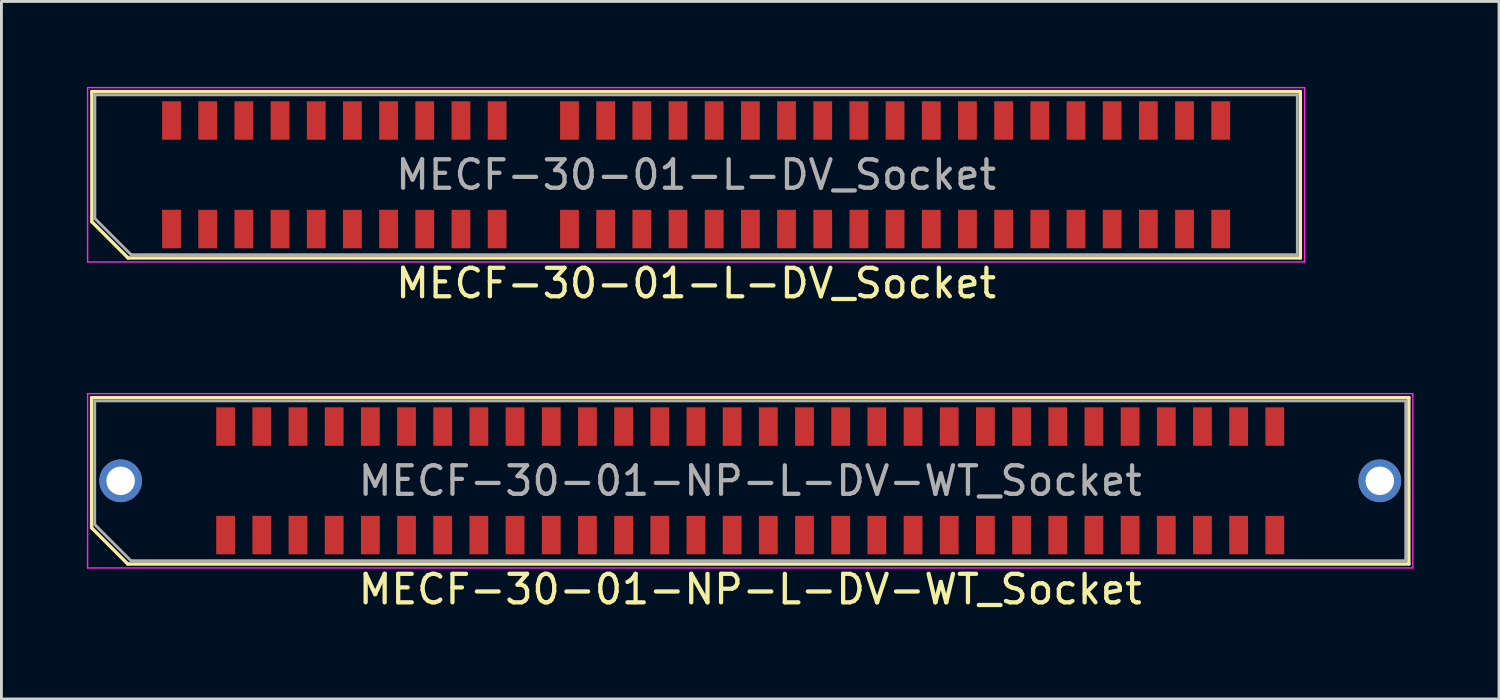
<source format=kicad_pcb>
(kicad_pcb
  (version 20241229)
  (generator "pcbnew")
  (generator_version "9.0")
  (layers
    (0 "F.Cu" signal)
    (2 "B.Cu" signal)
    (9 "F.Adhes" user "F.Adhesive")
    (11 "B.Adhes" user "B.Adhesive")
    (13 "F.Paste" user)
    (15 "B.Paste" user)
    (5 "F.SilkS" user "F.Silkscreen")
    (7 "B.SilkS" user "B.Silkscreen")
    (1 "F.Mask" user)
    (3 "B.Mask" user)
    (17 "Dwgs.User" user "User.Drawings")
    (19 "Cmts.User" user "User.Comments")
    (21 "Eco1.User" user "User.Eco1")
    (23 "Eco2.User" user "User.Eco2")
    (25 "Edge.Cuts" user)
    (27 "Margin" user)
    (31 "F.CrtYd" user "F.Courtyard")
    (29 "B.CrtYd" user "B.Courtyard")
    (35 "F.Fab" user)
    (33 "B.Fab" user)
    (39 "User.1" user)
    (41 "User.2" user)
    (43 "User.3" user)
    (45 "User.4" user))
  (footprint "MECF-30-01-NP-L-DV-WT_Socket"
    (layer "F.Cu")
    (at 23.285 13.828)
    (property "Reference" "MECF-30-01-NP-L-DV-WT_Socket" (at 0 3.81 0) (layer "F.SilkS") (effects (font (size 1 1) (thickness 0.15))))
    (attr smd)
    (fp_line (start -23.12 -2.92) (end 23.12 -2.92) (stroke (width 0.12) (type solid)) (layer "F.SilkS"))
    (fp_line (start -23.12 1.65) (end -23.12 -2.92) (stroke (width 0.12) (type solid)) (layer "F.SilkS"))
    (fp_line (start -21.85 2.92) (end -23.12 1.65) (stroke (width 0.12) (type solid)) (layer "F.SilkS"))
    (fp_line (start -21.85 2.92) (end 23.12 2.92) (stroke (width 0.12) (type solid)) (layer "F.SilkS"))
    (fp_line (start 23.12 2.92) (end 23.12 -2.92) (stroke (width 0.12) (type solid)) (layer "F.SilkS"))
    (fp_line (start -23.26 -3.06) (end -23.26 3.06) (stroke (width 0.05) (type solid)) (layer "F.CrtYd"))
    (fp_line (start -23.26 3.06) (end 23.26 3.06) (stroke (width 0.05) (type solid)) (layer "F.CrtYd"))
    (fp_line (start 23.26 -3.06) (end -23.26 -3.06) (stroke (width 0.05) (type solid)) (layer "F.CrtYd"))
    (fp_line (start 23.26 3.06) (end 23.26 -3.06) (stroke (width 0.05) (type solid)) (layer "F.CrtYd"))
    (fp_line (start -23.01 -2.805) (end 23.01 -2.805) (stroke (width 0.1) (type solid)) (layer "F.Fab"))
    (fp_line (start -23.01 1.535) (end -23.01 -2.805) (stroke (width 0.1) (type solid)) (layer "F.Fab"))
    (fp_line (start -23.01 1.535) (end -21.74 2.805) (stroke (width 0.1) (type solid)) (layer "F.Fab"))
    (fp_line (start -21.74 2.805) (end 23.01 2.805) (stroke (width 0.1) (type solid)) (layer "F.Fab"))
    (fp_line (start 23.01 2.805) (end 23.01 -2.805) (stroke (width 0.1) (type solid)) (layer "F.Fab"))
    (fp_text user "${REFERENCE}" (at 0 0 0) (layer "F.Fab") (effects (font (size 1 1) (thickness 0.15))))
    (pad "" thru_hole circle (at -22.1 0) (size 1.5 1.5) (drill 1) (layers "*.Cu" "*.Mask"))
    (pad "" np_thru_hole circle (at -20.195 0) (size 0.001 0.001) (drill 1.45) (layers "*.Cu" "*.Mask"))
    (pad "" np_thru_hole circle (at 20.195 1) (size 0.001 0.001) (drill 1.45) (layers "*.Cu" "*.Mask"))
    (pad "" thru_hole circle (at 22.1 0) (size 1.5 1.5) (drill 1) (layers "*.Cu" "*.Mask"))
    (pad "1" smd rect (at -18.415 1.905) (size 0.66 1.35) (layers "F.Cu" "F.Mask" "F.Paste"))
    (pad "2" smd rect (at -18.415 -1.905) (size 0.66 1.35) (layers "F.Cu" "F.Mask" "F.Paste"))
    (pad "3" smd rect (at -17.145 1.905) (size 0.66 1.35) (layers "F.Cu" "F.Mask" "F.Paste"))
    (pad "4" smd rect (at -17.145 -1.905) (size 0.66 1.35) (layers "F.Cu" "F.Mask" "F.Paste"))
    (pad "5" smd rect (at -15.875 1.905) (size 0.66 1.35) (layers "F.Cu" "F.Mask" "F.Paste"))
    (pad "6" smd rect (at -15.875 -1.905) (size 0.66 1.35) (layers "F.Cu" "F.Mask" "F.Paste"))
    (pad "7" smd rect (at -14.605 1.905) (size 0.66 1.35) (layers "F.Cu" "F.Mask" "F.Paste"))
    (pad "8" smd rect (at -14.605 -1.905) (size 0.66 1.35) (layers "F.Cu" "F.Mask" "F.Paste"))
    (pad "9" smd rect (at -13.335 1.905) (size 0.66 1.35) (layers "F.Cu" "F.Mask" "F.Paste"))
    (pad "10" smd rect (at -13.335 -1.905) (size 0.66 1.35) (layers "F.Cu" "F.Mask" "F.Paste"))
    (pad "11" smd rect (at -12.065 1.905) (size 0.66 1.35) (layers "F.Cu" "F.Mask" "F.Paste"))
    (pad "12" smd rect (at -12.065 -1.905) (size 0.66 1.35) (layers "F.Cu" "F.Mask" "F.Paste"))
    (pad "13" smd rect (at -10.795 1.905) (size 0.66 1.35) (layers "F.Cu" "F.Mask" "F.Paste"))
    (pad "14" smd rect (at -10.795 -1.905) (size 0.66 1.35) (layers "F.Cu" "F.Mask" "F.Paste"))
    (pad "15" smd rect (at -9.525 1.905) (size 0.66 1.35) (layers "F.Cu" "F.Mask" "F.Paste"))
    (pad "16" smd rect (at -9.525 -1.905) (size 0.66 1.35) (layers "F.Cu" "F.Mask" "F.Paste"))
    (pad "17" smd rect (at -8.255 1.905) (size 0.66 1.35) (layers "F.Cu" "F.Mask" "F.Paste"))
    (pad "18" smd rect (at -8.255 -1.905) (size 0.66 1.35) (layers "F.Cu" "F.Mask" "F.Paste"))
    (pad "19" smd rect (at -6.985 1.905) (size 0.66 1.35) (layers "F.Cu" "F.Mask" "F.Paste"))
    (pad "20" smd rect (at -6.985 -1.905) (size 0.66 1.35) (layers "F.Cu" "F.Mask" "F.Paste"))
    (pad "21" smd rect (at -5.715 1.905) (size 0.66 1.35) (layers "F.Cu" "F.Mask" "F.Paste"))
    (pad "22" smd rect (at -5.715 -1.905) (size 0.66 1.35) (layers "F.Cu" "F.Mask" "F.Paste"))
    (pad "23" smd rect (at -4.445 1.905) (size 0.66 1.35) (layers "F.Cu" "F.Mask" "F.Paste"))
    (pad "24" smd rect (at -4.445 -1.905) (size 0.66 1.35) (layers "F.Cu" "F.Mask" "F.Paste"))
    (pad "25" smd rect (at -3.175 1.905) (size 0.66 1.35) (layers "F.Cu" "F.Mask" "F.Paste"))
    (pad "26" smd rect (at -3.175 -1.905) (size 0.66 1.35) (layers "F.Cu" "F.Mask" "F.Paste"))
    (pad "27" smd rect (at -1.905 1.905) (size 0.66 1.35) (layers "F.Cu" "F.Mask" "F.Paste"))
    (pad "28" smd rect (at -1.905 -1.905) (size 0.66 1.35) (layers "F.Cu" "F.Mask" "F.Paste"))
    (pad "29" smd rect (at -0.635 1.905) (size 0.66 1.35) (layers "F.Cu" "F.Mask" "F.Paste"))
    (pad "30" smd rect (at -0.635 -1.905) (size 0.66 1.35) (layers "F.Cu" "F.Mask" "F.Paste"))
    (pad "31" smd rect (at 0.635 1.905) (size 0.66 1.35) (layers "F.Cu" "F.Mask" "F.Paste"))
    (pad "32" smd rect (at 0.635 -1.905) (size 0.66 1.35) (layers "F.Cu" "F.Mask" "F.Paste"))
    (pad "33" smd rect (at 1.905 1.905) (size 0.66 1.35) (layers "F.Cu" "F.Mask" "F.Paste"))
    (pad "34" smd rect (at 1.905 -1.905) (size 0.66 1.35) (layers "F.Cu" "F.Mask" "F.Paste"))
    (pad "35" smd rect (at 3.175 1.905) (size 0.66 1.35) (layers "F.Cu" "F.Mask" "F.Paste"))
    (pad "36" smd rect (at 3.175 -1.905) (size 0.66 1.35) (layers "F.Cu" "F.Mask" "F.Paste"))
    (pad "37" smd rect (at 4.445 1.905) (size 0.66 1.35) (layers "F.Cu" "F.Mask" "F.Paste"))
    (pad "38" smd rect (at 4.445 -1.905) (size 0.66 1.35) (layers "F.Cu" "F.Mask" "F.Paste"))
    (pad "39" smd rect (at 5.715 1.905) (size 0.66 1.35) (layers "F.Cu" "F.Mask" "F.Paste"))
    (pad "40" smd rect (at 5.715 -1.905) (size 0.66 1.35) (layers "F.Cu" "F.Mask" "F.Paste"))
    (pad "41" smd rect (at 6.985 1.905) (size 0.66 1.35) (layers "F.Cu" "F.Mask" "F.Paste"))
    (pad "42" smd rect (at 6.985 -1.905) (size 0.66 1.35) (layers "F.Cu" "F.Mask" "F.Paste"))
    (pad "43" smd rect (at 8.255 1.905) (size 0.66 1.35) (layers "F.Cu" "F.Mask" "F.Paste"))
    (pad "44" smd rect (at 8.255 -1.905) (size 0.66 1.35) (layers "F.Cu" "F.Mask" "F.Paste"))
    (pad "45" smd rect (at 9.525 1.905) (size 0.66 1.35) (layers "F.Cu" "F.Mask" "F.Paste"))
    (pad "46" smd rect (at 9.525 -1.905) (size 0.66 1.35) (layers "F.Cu" "F.Mask" "F.Paste"))
    (pad "47" smd rect (at 10.795 1.905) (size 0.66 1.35) (layers "F.Cu" "F.Mask" "F.Paste"))
    (pad "48" smd rect (at 10.795 -1.905) (size 0.66 1.35) (layers "F.Cu" "F.Mask" "F.Paste"))
    (pad "49" smd rect (at 12.065 1.905) (size 0.66 1.35) (layers "F.Cu" "F.Mask" "F.Paste"))
    (pad "50" smd rect (at 12.065 -1.905) (size 0.66 1.35) (layers "F.Cu" "F.Mask" "F.Paste"))
    (pad "51" smd rect (at 13.335 1.905) (size 0.66 1.35) (layers "F.Cu" "F.Mask" "F.Paste"))
    (pad "52" smd rect (at 13.335 -1.905) (size 0.66 1.35) (layers "F.Cu" "F.Mask" "F.Paste"))
    (pad "53" smd rect (at 14.605 1.905) (size 0.66 1.35) (layers "F.Cu" "F.Mask" "F.Paste"))
    (pad "54" smd rect (at 14.605 -1.905) (size 0.66 1.35) (layers "F.Cu" "F.Mask" "F.Paste"))
    (pad "55" smd rect (at 15.875 1.905) (size 0.66 1.35) (layers "F.Cu" "F.Mask" "F.Paste"))
    (pad "56" smd rect (at 15.875 -1.905) (size 0.66 1.35) (layers "F.Cu" "F.Mask" "F.Paste"))
    (pad "57" smd rect (at 17.145 1.905) (size 0.66 1.35) (layers "F.Cu" "F.Mask" "F.Paste"))
    (pad "58" smd rect (at 17.145 -1.905) (size 0.66 1.35) (layers "F.Cu" "F.Mask" "F.Paste"))
    (pad "59" smd rect (at 18.415 1.905) (size 0.66 1.35) (layers "F.Cu" "F.Mask" "F.Paste"))
    (pad "60" smd rect (at 18.415 -1.905) (size 0.66 1.35) (layers "F.Cu" "F.Mask" "F.Paste")))
  (footprint "MECF-30-01-L-DV_Socket"
    (layer "F.Cu")
    (at 21.385 3.085)
    (property "Reference" "MECF-30-01-L-DV_Socket" (at 0 3.81 0) (layer "F.SilkS") (effects (font (size 1 1) (thickness 0.15))))
    (attr smd)
    (fp_line (start -21.21 -2.92) (end 21.21 -2.92) (stroke (width 0.12) (type solid)) (layer "F.SilkS"))
    (fp_line (start -21.21 1.65) (end -21.21 -2.92) (stroke (width 0.12) (type solid)) (layer "F.SilkS"))
    (fp_line (start -19.94 2.92) (end -21.21 1.65) (stroke (width 0.12) (type solid)) (layer "F.SilkS"))
    (fp_line (start -19.94 2.92) (end 21.21 2.92) (stroke (width 0.12) (type solid)) (layer "F.SilkS"))
    (fp_line (start 21.21 2.92) (end 21.21 -2.92) (stroke (width 0.12) (type solid)) (layer "F.SilkS"))
    (fp_line (start -21.36 -3.06) (end -21.36 3.06) (stroke (width 0.05) (type solid)) (layer "F.CrtYd"))
    (fp_line (start -21.36 3.06) (end 21.36 3.06) (stroke (width 0.05) (type solid)) (layer "F.CrtYd"))
    (fp_line (start 21.36 -3.06) (end -21.36 -3.06) (stroke (width 0.05) (type solid)) (layer "F.CrtYd"))
    (fp_line (start 21.36 3.06) (end 21.36 -3.06) (stroke (width 0.05) (type solid)) (layer "F.CrtYd"))
    (fp_line (start -21.105 -2.805) (end 21.105 -2.805) (stroke (width 0.1) (type solid)) (layer "F.Fab"))
    (fp_line (start -21.105 1.535) (end -21.105 -2.805) (stroke (width 0.1) (type solid)) (layer "F.Fab"))
    (fp_line (start -21.105 1.535) (end -19.835 2.805) (stroke (width 0.1) (type solid)) (layer "F.Fab"))
    (fp_line (start -19.835 2.805) (end 21.105 2.805) (stroke (width 0.1) (type solid)) (layer "F.Fab"))
    (fp_line (start 21.105 2.805) (end 21.105 -2.805) (stroke (width 0.1) (type solid)) (layer "F.Fab"))
    (fp_text user "${REFERENCE}" (at 0 0 0) (layer "F.Fab") (effects (font (size 1 1) (thickness 0.15))))
    (pad "" np_thru_hole circle (at -20.195 0) (size 0.001 0.001) (drill 1.45) (layers "*.Cu" "*.Mask"))
    (pad "" np_thru_hole circle (at 20.195 1) (size 0.001 0.001) (drill 1.45) (layers "*.Cu" "*.Mask"))
    (pad "1" smd rect (at -18.415 1.905) (size 0.66 1.35) (layers "F.Cu" "F.Mask" "F.Paste"))
    (pad "2" smd rect (at -18.415 -1.905) (size 0.66 1.35) (layers "F.Cu" "F.Mask" "F.Paste"))
    (pad "3" smd rect (at -17.145 1.905) (size 0.66 1.35) (layers "F.Cu" "F.Mask" "F.Paste"))
    (pad "4" smd rect (at -17.145 -1.905) (size 0.66 1.35) (layers "F.Cu" "F.Mask" "F.Paste"))
    (pad "5" smd rect (at -15.875 1.905) (size 0.66 1.35) (layers "F.Cu" "F.Mask" "F.Paste"))
    (pad "6" smd rect (at -15.875 -1.905) (size 0.66 1.35) (layers "F.Cu" "F.Mask" "F.Paste"))
    (pad "7" smd rect (at -14.605 1.905) (size 0.66 1.35) (layers "F.Cu" "F.Mask" "F.Paste"))
    (pad "8" smd rect (at -14.605 -1.905) (size 0.66 1.35) (layers "F.Cu" "F.Mask" "F.Paste"))
    (pad "9" smd rect (at -13.335 1.905) (size 0.66 1.35) (layers "F.Cu" "F.Mask" "F.Paste"))
    (pad "10" smd rect (at -13.335 -1.905) (size 0.66 1.35) (layers "F.Cu" "F.Mask" "F.Paste"))
    (pad "11" smd rect (at -12.065 1.905) (size 0.66 1.35) (layers "F.Cu" "F.Mask" "F.Paste"))
    (pad "12" smd rect (at -12.065 -1.905) (size 0.66 1.35) (layers "F.Cu" "F.Mask" "F.Paste"))
    (pad "13" smd rect (at -10.795 1.905) (size 0.66 1.35) (layers "F.Cu" "F.Mask" "F.Paste"))
    (pad "14" smd rect (at -10.795 -1.905) (size 0.66 1.35) (layers "F.Cu" "F.Mask" "F.Paste"))
    (pad "15" smd rect (at -9.525 1.905) (size 0.66 1.35) (layers "F.Cu" "F.Mask" "F.Paste"))
    (pad "16" smd rect (at -9.525 -1.905) (size 0.66 1.35) (layers "F.Cu" "F.Mask" "F.Paste"))
    (pad "17" smd rect (at -8.255 1.905) (size 0.66 1.35) (layers "F.Cu" "F.Mask" "F.Paste"))
    (pad "18" smd rect (at -8.255 -1.905) (size 0.66 1.35) (layers "F.Cu" "F.Mask" "F.Paste"))
    (pad "19" smd rect (at -6.985 1.905) (size 0.66 1.35) (layers "F.Cu" "F.Mask" "F.Paste"))
    (pad "20" smd rect (at -6.985 -1.905) (size 0.66 1.35) (layers "F.Cu" "F.Mask" "F.Paste"))
    (pad "23" smd rect (at -4.445 1.905) (size 0.66 1.35) (layers "F.Cu" "F.Mask" "F.Paste"))
    (pad "24" smd rect (at -4.445 -1.905) (size 0.66 1.35) (layers "F.Cu" "F.Mask" "F.Paste"))
    (pad "25" smd rect (at -3.175 1.905) (size 0.66 1.35) (layers "F.Cu" "F.Mask" "F.Paste"))
    (pad "26" smd rect (at -3.175 -1.905) (size 0.66 1.35) (layers "F.Cu" "F.Mask" "F.Paste"))
    (pad "27" smd rect (at -1.905 1.905) (size 0.66 1.35) (layers "F.Cu" "F.Mask" "F.Paste"))
    (pad "28" smd rect (at -1.905 -1.905) (size 0.66 1.35) (layers "F.Cu" "F.Mask" "F.Paste"))
    (pad "29" smd rect (at -0.635 1.905) (size 0.66 1.35) (layers "F.Cu" "F.Mask" "F.Paste"))
    (pad "30" smd rect (at -0.635 -1.905) (size 0.66 1.35) (layers "F.Cu" "F.Mask" "F.Paste"))
    (pad "31" smd rect (at 0.635 1.905) (size 0.66 1.35) (layers "F.Cu" "F.Mask" "F.Paste"))
    (pad "32" smd rect (at 0.635 -1.905) (size 0.66 1.35) (layers "F.Cu" "F.Mask" "F.Paste"))
    (pad "33" smd rect (at 1.905 1.905) (size 0.66 1.35) (layers "F.Cu" "F.Mask" "F.Paste"))
    (pad "34" smd rect (at 1.905 -1.905) (size 0.66 1.35) (layers "F.Cu" "F.Mask" "F.Paste"))
    (pad "35" smd rect (at 3.175 1.905) (size 0.66 1.35) (layers "F.Cu" "F.Mask" "F.Paste"))
    (pad "36" smd rect (at 3.175 -1.905) (size 0.66 1.35) (layers "F.Cu" "F.Mask" "F.Paste"))
    (pad "37" smd rect (at 4.445 1.905) (size 0.66 1.35) (layers "F.Cu" "F.Mask" "F.Paste"))
    (pad "38" smd rect (at 4.445 -1.905) (size 0.66 1.35) (layers "F.Cu" "F.Mask" "F.Paste"))
    (pad "39" smd rect (at 5.715 1.905) (size 0.66 1.35) (layers "F.Cu" "F.Mask" "F.Paste"))
    (pad "40" smd rect (at 5.715 -1.905) (size 0.66 1.35) (layers "F.Cu" "F.Mask" "F.Paste"))
    (pad "41" smd rect (at 6.985 1.905) (size 0.66 1.35) (layers "F.Cu" "F.Mask" "F.Paste"))
    (pad "42" smd rect (at 6.985 -1.905) (size 0.66 1.35) (layers "F.Cu" "F.Mask" "F.Paste"))
    (pad "43" smd rect (at 8.255 1.905) (size 0.66 1.35) (layers "F.Cu" "F.Mask" "F.Paste"))
    (pad "44" smd rect (at 8.255 -1.905) (size 0.66 1.35) (layers "F.Cu" "F.Mask" "F.Paste"))
    (pad "45" smd rect (at 9.525 1.905) (size 0.66 1.35) (layers "F.Cu" "F.Mask" "F.Paste"))
    (pad "46" smd rect (at 9.525 -1.905) (size 0.66 1.35) (layers "F.Cu" "F.Mask" "F.Paste"))
    (pad "47" smd rect (at 10.795 1.905) (size 0.66 1.35) (layers "F.Cu" "F.Mask" "F.Paste"))
    (pad "48" smd rect (at 10.795 -1.905) (size 0.66 1.35) (layers "F.Cu" "F.Mask" "F.Paste"))
    (pad "49" smd rect (at 12.065 1.905) (size 0.66 1.35) (layers "F.Cu" "F.Mask" "F.Paste"))
    (pad "50" smd rect (at 12.065 -1.905) (size 0.66 1.35) (layers "F.Cu" "F.Mask" "F.Paste"))
    (pad "51" smd rect (at 13.335 1.905) (size 0.66 1.35) (layers "F.Cu" "F.Mask" "F.Paste"))
    (pad "52" smd rect (at 13.335 -1.905) (size 0.66 1.35) (layers "F.Cu" "F.Mask" "F.Paste"))
    (pad "53" smd rect (at 14.605 1.905) (size 0.66 1.35) (layers "F.Cu" "F.Mask" "F.Paste"))
    (pad "54" smd rect (at 14.605 -1.905) (size 0.66 1.35) (layers "F.Cu" "F.Mask" "F.Paste"))
    (pad "55" smd rect (at 15.875 1.905) (size 0.66 1.35) (layers "F.Cu" "F.Mask" "F.Paste"))
    (pad "56" smd rect (at 15.875 -1.905) (size 0.66 1.35) (layers "F.Cu" "F.Mask" "F.Paste"))
    (pad "57" smd rect (at 17.145 1.905) (size 0.66 1.35) (layers "F.Cu" "F.Mask" "F.Paste"))
    (pad "58" smd rect (at 17.145 -1.905) (size 0.66 1.35) (layers "F.Cu" "F.Mask" "F.Paste"))
    (pad "59" smd rect (at 18.415 1.905) (size 0.66 1.35) (layers "F.Cu" "F.Mask" "F.Paste"))
    (pad "60" smd rect (at 18.415 -1.905) (size 0.66 1.35) (layers "F.Cu" "F.Mask" "F.Paste")))
  (gr_rect
    (start -3 -3)
    (end 49.57 21.486)
    (stroke (width 0.1) (type default))
    (fill no)
    (layer "Edge.Cuts")))
</source>
